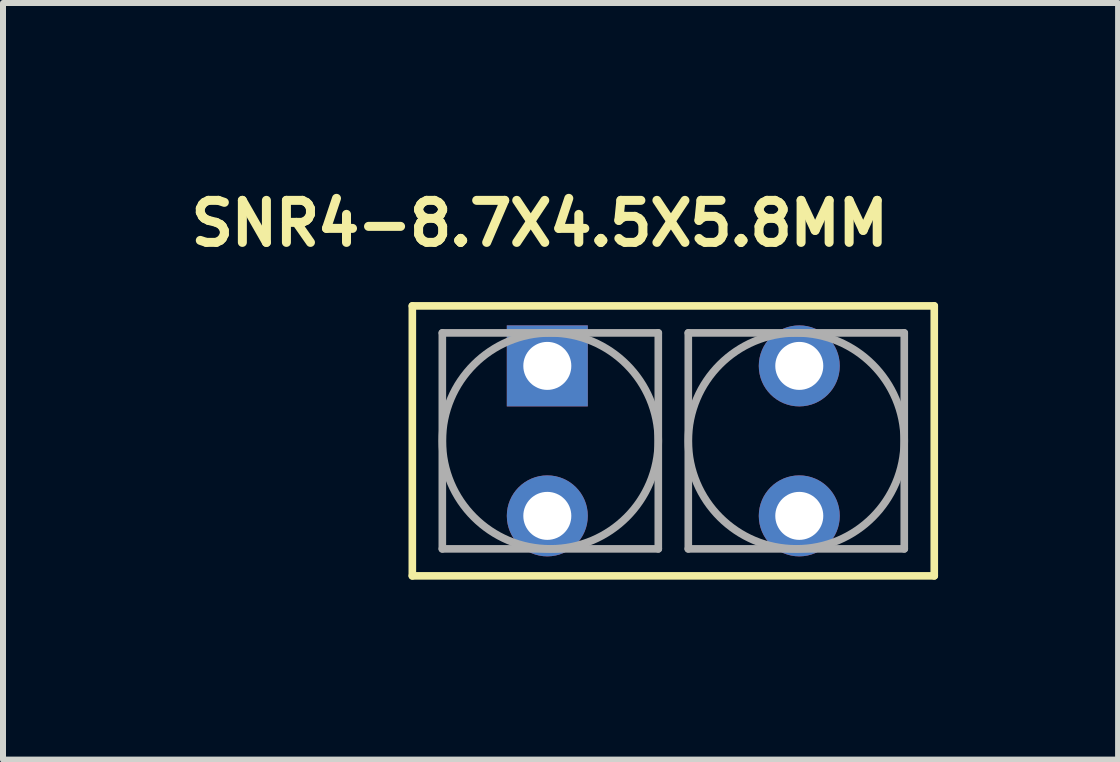
<source format=kicad_pcb>
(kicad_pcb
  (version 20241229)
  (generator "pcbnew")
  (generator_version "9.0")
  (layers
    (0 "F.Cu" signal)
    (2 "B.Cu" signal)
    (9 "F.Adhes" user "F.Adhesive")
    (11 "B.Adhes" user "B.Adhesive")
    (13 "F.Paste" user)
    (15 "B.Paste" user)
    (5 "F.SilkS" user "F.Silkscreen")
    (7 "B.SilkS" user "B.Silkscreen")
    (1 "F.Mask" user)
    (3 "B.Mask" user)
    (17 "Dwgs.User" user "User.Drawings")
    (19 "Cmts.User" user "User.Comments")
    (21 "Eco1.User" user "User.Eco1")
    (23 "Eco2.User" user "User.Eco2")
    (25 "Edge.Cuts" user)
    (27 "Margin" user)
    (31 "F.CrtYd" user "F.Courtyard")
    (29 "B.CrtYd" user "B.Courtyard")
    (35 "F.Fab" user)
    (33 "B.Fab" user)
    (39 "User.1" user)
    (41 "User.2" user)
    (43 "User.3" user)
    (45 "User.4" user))
  (footprint "SNR4-8.7X4.5X5.8MM"
    (layer "F.Cu")
    (at 8.173 4.299)
    (property "Reference" "SNR4-8.7X4.5X5.8MM" (at -2.226 -3.625 0) (layer "F.SilkS") (effects (font (size 0.701 0.701) (thickness 0.15))))
    (attr through_hole)
    (fp_line (start -4.35 -2.25) (end -4.35 2.25) (stroke (width 0.127) (type solid)) (layer "F.SilkS"))
    (fp_line (start -4.35 2.25) (end 4.35 2.25) (stroke (width 0.127) (type solid)) (layer "F.SilkS"))
    (fp_line (start 4.35 -2.25) (end -4.35 -2.25) (stroke (width 0.127) (type solid)) (layer "F.SilkS"))
    (fp_line (start 4.35 2.25) (end 4.35 -2.25) (stroke (width 0.127) (type solid)) (layer "F.SilkS"))
    (fp_line (start -3.85 -1.8) (end -0.25 -1.8) (stroke (width 0.127) (type solid)) (layer "F.Fab"))
    (fp_line (start -3.85 1.8) (end -3.85 -1.8) (stroke (width 0.127) (type solid)) (layer "F.Fab"))
    (fp_line (start -0.25 -1.8) (end -0.25 1.8) (stroke (width 0.127) (type solid)) (layer "F.Fab"))
    (fp_line (start -0.25 1.8) (end -3.85 1.8) (stroke (width 0.127) (type solid)) (layer "F.Fab"))
    (fp_line (start 0.25 -1.8) (end 3.85 -1.8) (stroke (width 0.127) (type solid)) (layer "F.Fab"))
    (fp_line (start 0.25 1.8) (end 0.25 -1.8) (stroke (width 0.127) (type solid)) (layer "F.Fab"))
    (fp_line (start 3.85 -1.8) (end 3.85 1.8) (stroke (width 0.127) (type solid)) (layer "F.Fab"))
    (fp_line (start 3.85 1.8) (end 0.25 1.8) (stroke (width 0.127) (type solid)) (layer "F.Fab"))
    (fp_circle (center -2.05 0) (end -0.25 0) (stroke (width 0.127) (type solid)) (fill no) (layer "F.Fab"))
    (fp_circle (center 2.05 0) (end 3.85 0) (stroke (width 0.127) (type solid)) (fill no) (layer "F.Fab"))
    (pad "1" thru_hole rect (at -2.1 -1.25) (size 1.35 1.35) (drill 0.8) (layers "*.Cu" "*.Mask"))
    (pad "2" thru_hole circle (at -2.1 1.25) (size 1.35 1.35) (drill 0.8) (layers "*.Cu" "*.Mask"))
    (pad "3" thru_hole circle (at 2.1 -1.25) (size 1.35 1.35) (drill 0.8) (layers "*.Cu" "*.Mask"))
    (pad "4" thru_hole circle (at 2.1 1.25) (size 1.35 1.35) (drill 0.8) (layers "*.Cu" "*.Mask")))
  (gr_rect
    (start -3 -3)
    (end 15.587 9.612)
    (stroke (width 0.1) (type default))
    (fill no)
    (layer "Edge.Cuts")))
</source>
